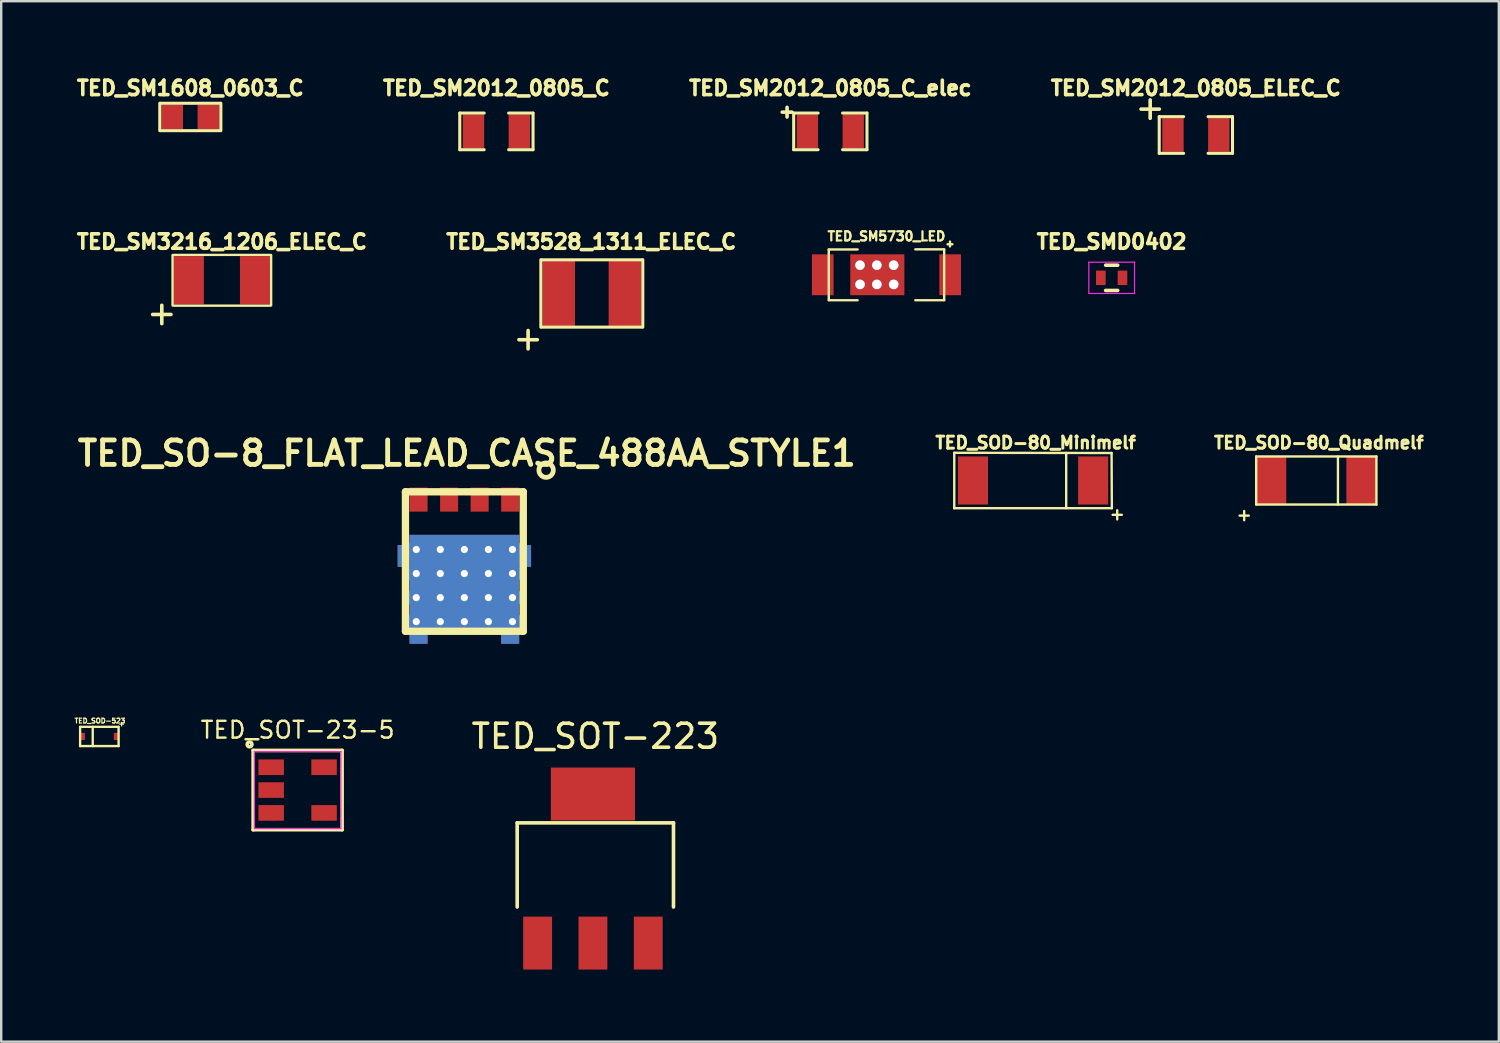
<source format=kicad_pcb>
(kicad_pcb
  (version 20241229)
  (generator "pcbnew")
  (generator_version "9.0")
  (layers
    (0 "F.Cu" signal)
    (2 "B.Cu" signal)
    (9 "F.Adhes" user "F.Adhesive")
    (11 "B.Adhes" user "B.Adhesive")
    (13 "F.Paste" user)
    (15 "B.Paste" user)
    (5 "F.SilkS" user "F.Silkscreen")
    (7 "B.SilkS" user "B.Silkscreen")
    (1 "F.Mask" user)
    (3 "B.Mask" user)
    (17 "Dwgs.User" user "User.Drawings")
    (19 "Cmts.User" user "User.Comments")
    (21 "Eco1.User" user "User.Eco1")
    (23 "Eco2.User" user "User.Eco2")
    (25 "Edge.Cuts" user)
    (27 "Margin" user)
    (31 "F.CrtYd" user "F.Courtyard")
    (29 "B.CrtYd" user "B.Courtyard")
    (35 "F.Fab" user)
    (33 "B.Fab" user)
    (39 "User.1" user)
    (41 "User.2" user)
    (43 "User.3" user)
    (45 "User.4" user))
  (footprint "TED_SOD-80_Quadmelf"
    (layer "F.Cu")
    (at 51.693 16.933)
    (property "Reference" "TED_SOD-80_Quadmelf" (at 0.107 -1.57 0) (layer "F.SilkS") (effects (font (size 0.5 0.5) (thickness 0.124))))
    (attr through_hole)
    (fp_line (start -2.5 -1) (end 2.5 -1) (stroke (width 0.099) (type solid)) (layer "F.SilkS"))
    (fp_line (start -2.5 1) (end -2.5 -1) (stroke (width 0.099) (type solid)) (layer "F.SilkS"))
    (fp_line (start 0.9 -1) (end 0.9 1) (stroke (width 0.099) (type solid)) (layer "F.SilkS"))
    (fp_line (start 2.5 -1) (end 2.5 1) (stroke (width 0.099) (type solid)) (layer "F.SilkS"))
    (fp_line (start 2.5 1) (end -2.5 1) (stroke (width 0.099) (type solid)) (layer "F.SilkS"))
    (fp_text user "+" (at -3 1.425 0) (layer "F.SilkS") (effects (font (size 0.5 0.5) (thickness 0.099))))
    (pad "1" smd rect (at -1.875 0) (size 1.25 2) (layers "F.Cu" "F.Mask" "F.Paste"))
    (pad "2" smd rect (at 1.875 0) (size 1.25 2) (layers "F.Cu" "F.Mask" "F.Paste")))
  (footprint "TED_SM1608_0603_C"
    (layer "F.Cu")
    (at 4.865 1.814)
    (property "Reference" "TED_SM1608_0603_C" (at 0 -1.2 0) (layer "F.SilkS") (effects (font (size 0.6 0.6) (thickness 0.15))))
    (attr through_hole)
    (fp_line (start -1.27 0.57) (end -1.27 -0.57) (stroke (width 0.127) (type solid)) (layer "F.SilkS"))
    (fp_line (start -1.25 -0.57) (end 1.25 -0.57) (stroke (width 0.127) (type solid)) (layer "F.SilkS"))
    (fp_line (start 1.25 0.57) (end -1.25 0.57) (stroke (width 0.127) (type solid)) (layer "F.SilkS"))
    (fp_line (start 1.27 -0.57) (end 1.27 0.57) (stroke (width 0.127) (type solid)) (layer "F.SilkS"))
    (pad "1" smd rect (at -0.752 0) (size 0.9 1) (layers "F.Cu" "F.Mask" "F.Paste"))
    (pad "2" smd rect (at 0.752 0) (size 0.899 1.001) (layers "F.Cu" "F.Mask" "F.Paste")))
  (footprint "TED_SOT-23-5"
    (layer "F.Cu")
    (at 9.328 29.808)
    (property "Reference" "TED_SOT-23-5" (at 0 -2.5 0) (layer "F.SilkS") (effects (font (size 0.7 0.7) (thickness 0.1))))
    (attr smd)
    (fp_line (start -1.85 -1.65) (end -1.85 1.65) (stroke (width 0.15) (type solid)) (layer "F.SilkS"))
    (fp_line (start -1.85 1.65) (end 1.85 1.65) (stroke (width 0.15) (type solid)) (layer "F.SilkS"))
    (fp_line (start 1.85 -1.65) (end -1.85 -1.65) (stroke (width 0.15) (type solid)) (layer "F.SilkS"))
    (fp_line (start 1.85 1.65) (end 1.85 -1.65) (stroke (width 0.15) (type solid)) (layer "F.SilkS"))
    (fp_circle (center -2 -1.9) (end -1.9 -1.9) (stroke (width 0.15) (type solid)) (fill no) (layer "F.SilkS"))
    (fp_line (start -1.8 -1.6) (end 1.8 -1.6) (stroke (width 0.05) (type solid)) (layer "F.CrtYd"))
    (fp_line (start -1.8 1.6) (end -1.8 -1.6) (stroke (width 0.05) (type solid)) (layer "F.CrtYd"))
    (fp_line (start 1.8 -1.6) (end 1.8 1.6) (stroke (width 0.05) (type solid)) (layer "F.CrtYd"))
    (fp_line (start 1.8 1.6) (end -1.8 1.6) (stroke (width 0.05) (type solid)) (layer "F.CrtYd"))
    (pad "1" smd rect (at -1.1 -0.95) (size 1.06 0.65) (layers "F.Cu" "F.Mask" "F.Paste"))
    (pad "2" smd rect (at -1.1 0) (size 1.06 0.65) (layers "F.Cu" "F.Mask" "F.Paste"))
    (pad "3" smd rect (at -1.1 0.95) (size 1.06 0.65) (layers "F.Cu" "F.Mask" "F.Paste"))
    (pad "4" smd rect (at 1.1 0.95) (size 1.06 0.65) (layers "F.Cu" "F.Mask" "F.Paste"))
    (pad "5" smd rect (at 1.1 -0.95) (size 1.06 0.65) (layers "F.Cu" "F.Mask" "F.Paste")))
  (footprint "TED_SM3528_1311_ELEC_C"
    (layer "F.Cu")
    (at 21.563 9.154)
    (property "Reference" "TED_SM3528_1311_ELEC_C" (at -0.025 -2.15 0) (layer "F.SilkS") (effects (font (size 0.6 0.6) (thickness 0.15))))
    (attr smd)
    (fp_line (start -2.12 -1.4) (end -2.12 1.4) (stroke (width 0.127) (type solid)) (layer "F.SilkS"))
    (fp_line (start -2.1 -1.4) (end 2.1 -1.4) (stroke (width 0.127) (type solid)) (layer "F.SilkS"))
    (fp_line (start -2.1 1.4) (end 2.1 1.4) (stroke (width 0.127) (type solid)) (layer "F.SilkS"))
    (fp_line (start 2.12 -1.4) (end 2.12 1.4) (stroke (width 0.127) (type solid)) (layer "F.SilkS"))
    (fp_text user "+" (at -2.65 1.85 0) (layer "F.SilkS") (effects (font (size 1 1) (thickness 0.15))))
    (pad "1" smd rect (at -1.375 0) (size 1.35 2.7) (layers "F.Cu" "F.Mask" "F.Paste"))
    (pad "2" smd rect (at 1.375 0) (size 1.35 2.7) (layers "F.Cu" "F.Mask" "F.Paste")))
  (footprint "TED_SM5730_LED"
    (layer "F.Cu")
    (at 33.817 8.378)
    (property "Reference" "TED_SM5730_LED" (at 0 -1.6 0) (layer "F.SilkS") (effects (font (size 0.381 0.381) (thickness 0.094))))
    (attr smd)
    (fp_line (start -2.4 -1.053) (end -1.2 -1.053) (stroke (width 0.099) (type solid)) (layer "F.SilkS"))
    (fp_line (start -2.4 1.05) (end -2.4 -1.05) (stroke (width 0.099) (type solid)) (layer "F.SilkS"))
    (fp_line (start -1.2 1.058) (end -2.4 1.058) (stroke (width 0.099) (type solid)) (layer "F.SilkS"))
    (fp_line (start 1.2 -1.058) (end 2.4 -1.058) (stroke (width 0.099) (type solid)) (layer "F.SilkS"))
    (fp_line (start 2.4 -1.05) (end 2.4 1.05) (stroke (width 0.099) (type solid)) (layer "F.SilkS"))
    (fp_line (start 2.4 1.058) (end 1.2 1.058) (stroke (width 0.099) (type solid)) (layer "F.SilkS"))
    (fp_line (start 2.54 -1.27) (end 2.74 -1.27) (stroke (width 0.1) (type solid)) (layer "F.SilkS"))
    (fp_line (start 2.64 -1.38) (end 2.64 -1.18) (stroke (width 0.1) (type solid)) (layer "F.SilkS"))
    (pad "1" smd rect (at 2.65 0) (size 0.9 1.7) (layers "F.Cu" "F.Mask" "F.Paste"))
    (pad "2" smd rect (at -2.65 0) (size 0.9 1.7) (layers "F.Cu" "F.Mask" "F.Paste"))
    (pad "PAD" thru_hole circle (at -1.1 -0.4) (size 0.4 0.4) (drill 0.4) (layers "*.Cu"))
    (pad "PAD" thru_hole circle (at -1.1 0.4) (size 0.4 0.4) (drill 0.4) (layers "*.Cu"))
    (pad "PAD" thru_hole circle (at -0.4 -0.4) (size 0.4 0.4) (drill 0.4) (layers "*.Cu"))
    (pad "PAD" thru_hole circle (at -0.4 0.4) (size 0.4 0.4) (drill 0.4) (layers "*.Cu"))
    (pad "PAD" smd rect (at -0.38 0) (size 2.25 1.7) (layers "F.Cu" "F.Mask" "F.Paste"))
    (pad "PAD" thru_hole circle (at 0.3 -0.4) (size 0.4 0.4) (drill 0.4) (layers "*.Cu"))
    (pad "PAD" thru_hole circle (at 0.3 0.4) (size 0.4 0.4) (drill 0.4) (layers "*.Cu")))
  (footprint "TED_SM2012_0805_ELEC_C"
    (layer "F.Cu")
    (at 46.684 2.564)
    (property "Reference" "TED_SM2012_0805_ELEC_C" (at 0 -1.95 0) (layer "F.SilkS") (effects (font (size 0.6 0.6) (thickness 0.15))))
    (attr smd)
    (fp_line (start -1.524 -0.762) (end -0.508 -0.762) (stroke (width 0.127) (type solid)) (layer "F.SilkS"))
    (fp_line (start -1.524 0.762) (end -1.524 -0.762) (stroke (width 0.127) (type solid)) (layer "F.SilkS"))
    (fp_line (start -0.508 0.762) (end -1.524 0.762) (stroke (width 0.127) (type solid)) (layer "F.SilkS"))
    (fp_line (start 0.508 -0.762) (end 1.524 -0.762) (stroke (width 0.127) (type solid)) (layer "F.SilkS"))
    (fp_line (start 1.524 -0.762) (end 1.524 0.762) (stroke (width 0.127) (type solid)) (layer "F.SilkS"))
    (fp_line (start 1.524 0.762) (end 0.508 0.762) (stroke (width 0.127) (type solid)) (layer "F.SilkS"))
    (fp_text user "+" (at -1.9 -1.15 0) (layer "F.SilkS") (effects (font (size 1 1) (thickness 0.15))))
    (pad "1" smd rect (at -0.953 0) (size 0.889 1.397) (layers "F.Cu" "F.Mask" "F.Paste"))
    (pad "2" smd rect (at 0.953 0) (size 0.889 1.397) (layers "F.Cu" "F.Mask" "F.Paste")))
  (footprint "TED_SMD0402"
    (layer "F.Cu")
    (at 43.182 8.504)
    (property "Reference" "TED_SMD0402" (at 0 -1.5 0) (layer "F.SilkS") (effects (font (size 0.6 0.6) (thickness 0.15))))
    (attr smd)
    (fp_line (start -0.25 0.525) (end 0.25 0.525) (stroke (width 0.15) (type solid)) (layer "F.SilkS"))
    (fp_line (start 0.25 -0.525) (end -0.25 -0.525) (stroke (width 0.15) (type solid)) (layer "F.SilkS"))
    (fp_line (start -0.95 -0.65) (end -0.95 0.65) (stroke (width 0.05) (type solid)) (layer "F.CrtYd"))
    (fp_line (start -0.95 -0.65) (end 0.95 -0.65) (stroke (width 0.05) (type solid)) (layer "F.CrtYd"))
    (fp_line (start -0.95 0.65) (end 0.95 0.65) (stroke (width 0.05) (type solid)) (layer "F.CrtYd"))
    (fp_line (start 0.95 -0.65) (end 0.95 0.65) (stroke (width 0.05) (type solid)) (layer "F.CrtYd"))
    (pad "1" smd rect (at -0.45 0) (size 0.4 0.6) (layers "F.Cu" "F.Mask" "F.Paste"))
    (pad "2" smd rect (at 0.45 0) (size 0.4 0.6) (layers "F.Cu" "F.Mask" "F.Paste")))
  (footprint "TED_SM3216_1206_ELEC_C"
    (layer "F.Cu")
    (at 6.179 8.604)
    (property "Reference" "TED_SM3216_1206_ELEC_C" (at 0 -1.6 0) (layer "F.SilkS") (effects (font (size 0.6 0.6) (thickness 0.15))))
    (attr smd)
    (fp_line (start -2.052 1.05) (end -2.052 -1.05) (stroke (width 0.099) (type solid)) (layer "F.SilkS"))
    (fp_line (start -2 -1.053) (end 2 -1.053) (stroke (width 0.099) (type solid)) (layer "F.SilkS"))
    (fp_line (start 2 1.058) (end -2 1.058) (stroke (width 0.099) (type solid)) (layer "F.SilkS"))
    (fp_line (start 2.047 -1.05) (end 2.047 1.05) (stroke (width 0.099) (type solid)) (layer "F.SilkS"))
    (fp_text user "+" (at -2.5 1.35 0) (layer "F.SilkS") (effects (font (size 1 1) (thickness 0.15))))
    (pad "1" smd rect (at -1.375 0) (size 1.25 2) (layers "F.Cu" "F.Mask" "F.Paste"))
    (pad "2" smd rect (at 1.375 0) (size 1.25 2) (layers "F.Cu" "F.Mask" "F.Paste")))
  (footprint "TED_SM2012_0805_C"
    (layer "F.Cu")
    (at 17.595 2.414)
    (property "Reference" "TED_SM2012_0805_C" (at 0 -1.8 0) (layer "F.SilkS") (effects (font (size 0.6 0.6) (thickness 0.15))))
    (attr smd)
    (fp_line (start -1.524 -0.762) (end -0.508 -0.762) (stroke (width 0.127) (type solid)) (layer "F.SilkS"))
    (fp_line (start -1.524 0.762) (end -1.524 -0.762) (stroke (width 0.127) (type solid)) (layer "F.SilkS"))
    (fp_line (start -0.508 0.762) (end -1.524 0.762) (stroke (width 0.127) (type solid)) (layer "F.SilkS"))
    (fp_line (start 0.508 -0.762) (end 1.524 -0.762) (stroke (width 0.127) (type solid)) (layer "F.SilkS"))
    (fp_line (start 1.524 -0.762) (end 1.524 0.762) (stroke (width 0.127) (type solid)) (layer "F.SilkS"))
    (fp_line (start 1.524 0.762) (end 0.508 0.762) (stroke (width 0.127) (type solid)) (layer "F.SilkS"))
    (pad "1" smd rect (at -0.953 0) (size 0.889 1.397) (layers "F.Cu" "F.Mask" "F.Paste"))
    (pad "2" smd rect (at 0.953 0) (size 0.889 1.397) (layers "F.Cu" "F.Mask" "F.Paste")))
  (footprint "TED_SM2012_0805_C_elec"
    (layer "F.Cu")
    (at 31.482 2.414)
    (property "Reference" "TED_SM2012_0805_C_elec" (at 0 -1.8 0) (layer "F.SilkS") (effects (font (size 0.6 0.6) (thickness 0.15))))
    (attr smd)
    (fp_line (start -2 -0.8) (end -1.6 -0.8) (stroke (width 0.15) (type solid)) (layer "F.SilkS"))
    (fp_line (start -1.8 -0.6) (end -1.8 -1) (stroke (width 0.15) (type solid)) (layer "F.SilkS"))
    (fp_line (start -1.524 -0.762) (end -0.508 -0.762) (stroke (width 0.127) (type solid)) (layer "F.SilkS"))
    (fp_line (start -1.524 0.762) (end -1.524 -0.762) (stroke (width 0.127) (type solid)) (layer "F.SilkS"))
    (fp_line (start -0.508 0.762) (end -1.524 0.762) (stroke (width 0.127) (type solid)) (layer "F.SilkS"))
    (fp_line (start 0.508 -0.762) (end 1.524 -0.762) (stroke (width 0.127) (type solid)) (layer "F.SilkS"))
    (fp_line (start 1.524 -0.762) (end 1.524 0.762) (stroke (width 0.127) (type solid)) (layer "F.SilkS"))
    (fp_line (start 1.524 0.762) (end 0.508 0.762) (stroke (width 0.127) (type solid)) (layer "F.SilkS"))
    (pad "1" smd rect (at -0.953 0) (size 0.889 1.397) (layers "F.Cu" "F.Mask" "F.Paste"))
    (pad "2" smd rect (at 0.953 0) (size 0.889 1.397) (layers "F.Cu" "F.Mask" "F.Paste")))
  (footprint "TED_SOD-80_Minimelf"
    (layer "F.Cu")
    (at 39.913 16.933)
    (property "Reference" "TED_SOD-80_Minimelf" (at 0.107 -1.57 0) (layer "F.SilkS") (effects (font (size 0.5 0.5) (thickness 0.124))))
    (attr through_hole)
    (fp_line (start -3.277 -1.153) (end 3.266 -1.143) (stroke (width 0.099) (type solid)) (layer "F.SilkS"))
    (fp_line (start -3.277 1.153) (end -3.277 -1.153) (stroke (width 0.099) (type solid)) (layer "F.SilkS"))
    (fp_line (start 1.378 -1.148) (end 1.378 1.153) (stroke (width 0.099) (type solid)) (layer "F.SilkS"))
    (fp_line (start 3.266 -1.143) (end 3.277 1.153) (stroke (width 0.099) (type solid)) (layer "F.SilkS"))
    (fp_line (start 3.277 1.153) (end -3.277 1.153) (stroke (width 0.099) (type solid)) (layer "F.SilkS"))
    (fp_text user "+" (at 3.5 1.392 0) (layer "F.SilkS") (effects (font (size 0.5 0.5) (thickness 0.099))))
    (pad "1" smd rect (at -2.499 0) (size 1.25 1.999) (layers "F.Cu" "F.Mask" "F.Paste"))
    (pad "2" smd rect (at 2.499 0) (size 1.25 1.999) (layers "F.Cu" "F.Mask" "F.Paste")))
  (footprint "TED_SOD-523"
    (layer "F.Cu")
    (at 1.082 27.578)
    (property "Reference" "TED_SOD-523" (at 0.025 -0.65 0) (layer "F.SilkS") (effects (font (size 0.2 0.2) (thickness 0.05))))
    (attr through_hole)
    (fp_line (start -0.8 -0.4) (end 0.8 -0.4) (stroke (width 0.099) (type solid)) (layer "F.SilkS"))
    (fp_line (start -0.8 0.4) (end -0.8 -0.4) (stroke (width 0.099) (type solid)) (layer "F.SilkS"))
    (fp_line (start -0.275 -0.4) (end -0.275 0.4) (stroke (width 0.099) (type solid)) (layer "F.SilkS"))
    (fp_line (start 0.8 -0.4) (end 0.8 0.4) (stroke (width 0.099) (type solid)) (layer "F.SilkS"))
    (fp_line (start 0.8 0.4) (end -0.8 0.4) (stroke (width 0.099) (type solid)) (layer "F.SilkS"))
    (fp_text user "+" (at 0.925 -0.525 0) (layer "F.SilkS") (effects (font (size 0.2 0.2) (thickness 0.05))))
    (pad "1" smd rect (at -0.7 0) (size 0.2 0.3) (layers "F.Cu" "F.Mask" "F.Paste"))
    (pad "2" smd rect (at 0.7 0) (size 0.2 0.3) (layers "F.Cu" "F.Mask" "F.Paste")))
  (footprint "TED_SOT-223"
    (layer "F.Cu")
    (at 21.609 36.171)
    (property "Reference" "TED_SOT-223" (at 0.1 -8.6 0) (layer "F.SilkS") (effects (font (size 1 1) (thickness 0.15))))
    (attr smd)
    (fp_line (start -3.15 -5) (end -3.15 -1.5) (stroke (width 0.15) (type solid)) (layer "F.SilkS"))
    (fp_line (start -3.15 -5) (end 3.35 -5) (stroke (width 0.15) (type solid)) (layer "F.SilkS"))
    (fp_line (start 3.35 -5) (end 3.35 -1.5) (stroke (width 0.15) (type solid)) (layer "F.SilkS"))
    (pad "1" smd rect (at -2.3 0) (size 1.2 2.2) (layers "F.Cu" "F.Mask" "F.Paste"))
    (pad "2" smd rect (at 0 0) (size 1.2 2.2) (layers "F.Cu" "F.Mask" "F.Paste"))
    (pad "3" smd rect (at 2.3 0) (size 1.2 2.2) (layers "F.Cu" "F.Mask" "F.Paste"))
    (pad "4" smd rect (at 0 -6.2) (size 3.5 2.2) (layers "F.Cu" "F.Mask" "F.Paste")))
  (footprint "TED_SO-8_FLAT_LEAD_CASE_488AA_STYLE1"
    (layer "F.Cu")
    (at 16.262 20.303)
    (property "Reference" "TED_SO-8_FLAT_LEAD_CASE_488AA_STYLE1" (at 0.1 -4.5 0) (layer "F.SilkS") (effects (font (size 1.016 1.016) (thickness 0.203))))
    (attr through_hole)
    (fp_line (start -2.45 -2.9) (end -2.45 2.9) (stroke (width 0.305) (type solid)) (layer "F.SilkS"))
    (fp_line (start -2.45 -2.9) (end 2.45 -2.9) (stroke (width 0.305) (type solid)) (layer "F.SilkS"))
    (fp_line (start -2.45 2.9) (end 2.45 2.9) (stroke (width 0.305) (type solid)) (layer "F.SilkS"))
    (fp_line (start 2.45 2.9) (end 2.45 -2.9) (stroke (width 0.305) (type solid)) (layer "F.SilkS"))
    (fp_circle (center 3.4 -3.8) (end 3.4 -3.5) (stroke (width 0.2) (type solid)) (fill no) (layer "F.SilkS"))
    (pad "1" smd rect (at -1.905 -2.575) (size 0.75 1) (layers "F.Cu" "F.Mask" "F.Paste"))
    (pad "2" smd rect (at -0.635 -2.575) (size 0.75 1) (layers "F.Cu" "F.Mask" "F.Paste"))
    (pad "2" smd rect (at 0.635 -2.575) (size 0.75 1) (layers "F.Cu" "F.Mask" "F.Paste"))
    (pad "2" smd rect (at 1.905 -2.575) (size 0.75 1) (layers "F.Cu" "F.Mask" "F.Paste"))
    (pad "3" smd rect (at -2.527 -0.233) (size 0.495 0.905) (layers "F.Cu" "F.Mask" "F.Paste"))
    (pad "3" smd rect (at -2.527 -0.233) (size 0.495 0.905) (layers "F.Mask" "B.Cu" "F.Paste"))
    (pad "3" thru_hole circle (at -2 -0.5) (size 0.78 0.78) (drill 0.3) (layers "*.Cu" "*.Mask"))
    (pad "3" thru_hole circle (at -2 0.5) (size 0.78 0.78) (drill 0.3) (layers "*.Cu" "*.Mask"))
    (pad "3" thru_hole circle (at -2 1.5) (size 0.78 0.78) (drill 0.3) (layers "*.Cu" "*.Mask"))
    (pad "3" thru_hole circle (at -2 2.5) (size 0.78 0.78) (drill 0.3) (layers "*.Cu" "*.Mask"))
    (pad "3" smd rect (at -1.905 3.183) (size 0.75 0.475) (layers "F.Cu" "F.Mask" "F.Paste"))
    (pad "3" smd rect (at -1.905 3.183) (size 0.75 0.475) (layers "F.Mask" "B.Cu" "F.Paste"))
    (pad "3" thru_hole circle (at -1 -0.5) (size 0.78 0.78) (drill 0.3) (layers "*.Cu" "*.Mask"))
    (pad "3" thru_hole circle (at -1 0.5) (size 0.78 0.78) (drill 0.3) (layers "*.Cu" "*.Mask"))
    (pad "3" thru_hole circle (at -1 1.5) (size 0.78 0.78) (drill 0.3) (layers "*.Cu" "*.Mask"))
    (pad "3" thru_hole circle (at -1 2.5) (size 0.78 0.78) (drill 0.3) (layers "*.Cu" "*.Mask"))
    (pad "3" thru_hole circle (at 0 -0.5) (size 0.78 0.78) (drill 0.3) (layers "*.Cu" "*.Mask"))
    (pad "3" thru_hole circle (at 0 0.5) (size 0.78 0.78) (drill 0.3) (layers "*.Cu" "*.Mask"))
    (pad "3" smd rect (at 0 0.917) (size 4.56 4.055) (layers "F.Cu" "F.Mask" "F.Paste"))
    (pad "3" smd rect (at 0 0.917) (size 4.56 4.055) (layers "B.Cu" "B.Mask" "B.Paste"))
    (pad "3" thru_hole circle (at 0 1.5) (size 0.78 0.78) (drill 0.3) (layers "*.Cu" "*.Mask"))
    (pad "3" thru_hole circle (at 0 2.5) (size 0.78 0.78) (drill 0.3) (layers "*.Cu" "*.Mask"))
    (pad "3" thru_hole circle (at 1 -0.5) (size 0.78 0.78) (drill 0.3) (layers "*.Cu" "*.Mask"))
    (pad "3" thru_hole circle (at 1 0.5) (size 0.78 0.78) (drill 0.3) (layers "*.Cu" "*.Mask"))
    (pad "3" thru_hole circle (at 1 1.5) (size 0.78 0.78) (drill 0.3) (layers "*.Cu" "*.Mask"))
    (pad "3" thru_hole circle (at 1 2.5) (size 0.78 0.78) (drill 0.3) (layers "*.Cu" "*.Mask"))
    (pad "3" smd rect (at 1.905 3.183) (size 0.75 0.475) (layers "F.Cu" "F.Mask" "F.Paste"))
    (pad "3" smd rect (at 1.905 3.183) (size 0.75 0.475) (layers "F.Mask" "B.Cu" "F.Paste"))
    (pad "3" thru_hole circle (at 2 -0.5) (size 0.78 0.78) (drill 0.3) (layers "*.Cu" "*.Mask"))
    (pad "3" thru_hole circle (at 2 0.5) (size 0.78 0.78) (drill 0.3) (layers "*.Cu" "*.Mask"))
    (pad "3" thru_hole circle (at 2 1.5) (size 0.78 0.78) (drill 0.3) (layers "*.Cu" "*.Mask"))
    (pad "3" thru_hole circle (at 2 2.5) (size 0.78 0.78) (drill 0.3) (layers "*.Cu" "*.Mask"))
    (pad "3" smd rect (at 2.527 -0.233) (size 0.495 0.905) (layers "F.Cu" "F.Mask" "F.Paste"))
    (pad "3" smd rect (at 2.527 -0.233) (size 0.495 0.905) (layers "F.Mask" "B.Cu" "F.Paste")))
  (gr_rect
    (start -3 -3)
    (end 59.284 40.271)
    (stroke (width 0.1) (type default))
    (fill no)
    (layer "Edge.Cuts")))
</source>
